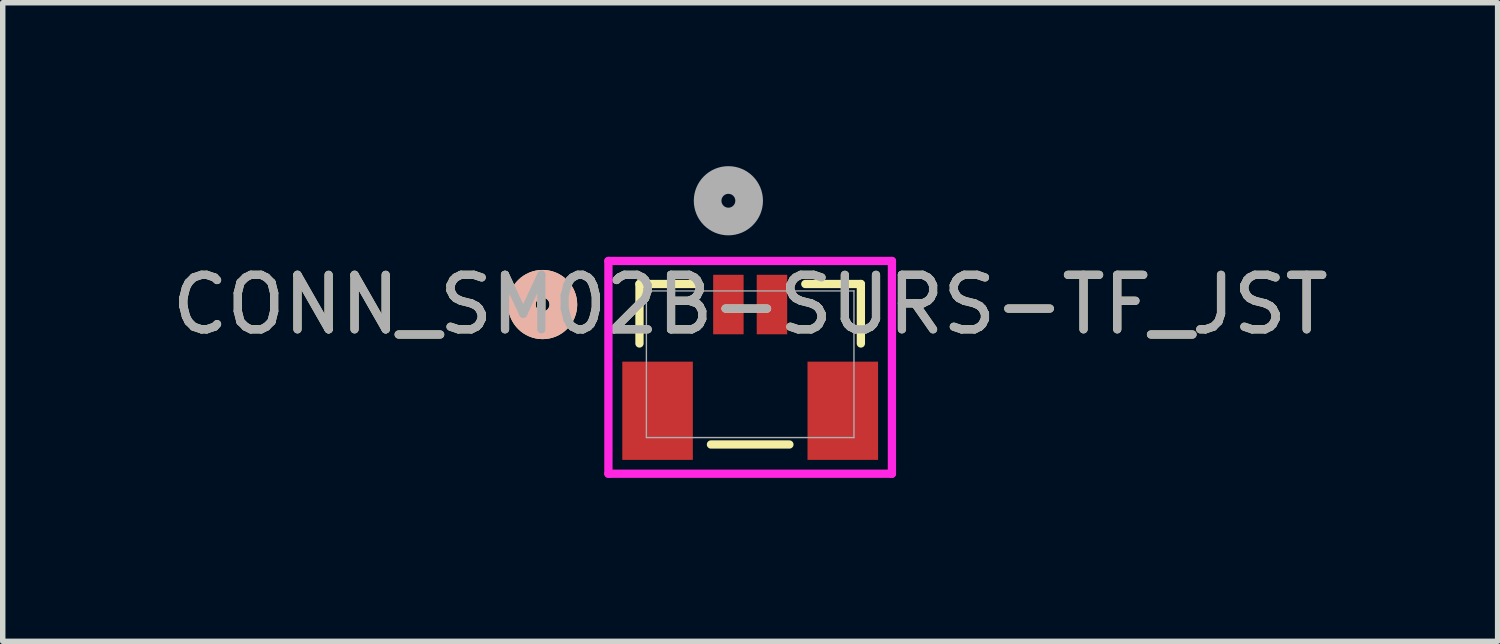
<source format=kicad_pcb>
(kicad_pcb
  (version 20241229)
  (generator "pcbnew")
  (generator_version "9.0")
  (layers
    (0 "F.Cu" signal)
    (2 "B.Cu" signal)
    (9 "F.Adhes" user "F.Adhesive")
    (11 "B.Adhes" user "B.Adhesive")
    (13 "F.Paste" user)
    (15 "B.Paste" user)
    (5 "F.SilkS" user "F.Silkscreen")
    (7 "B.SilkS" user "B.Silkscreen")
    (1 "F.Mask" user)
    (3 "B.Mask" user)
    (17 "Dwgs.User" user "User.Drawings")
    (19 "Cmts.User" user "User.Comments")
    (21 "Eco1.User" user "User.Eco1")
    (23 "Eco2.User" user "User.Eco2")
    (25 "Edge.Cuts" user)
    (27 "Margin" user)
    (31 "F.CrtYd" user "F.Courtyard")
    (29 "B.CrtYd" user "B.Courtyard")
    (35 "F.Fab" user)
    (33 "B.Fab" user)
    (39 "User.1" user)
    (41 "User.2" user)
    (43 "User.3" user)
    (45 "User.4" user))
  (footprint "CONN_SM02B-SURS-TF_JST"
    (layer "F.Cu")
    (at 10.72 3.636)
    (property "Reference" "CONN_SM02B-SURS-TF_JST" (at 0 -1.096 0) (unlocked yes) (layer "F.SilkS") (effects (font (size 1 1) (thickness 0.15))))
    (attr smd)
    (fp_line (start -2.032 -1.473) (end -2.032 -0.381) (stroke (width 0.152) (type solid)) (layer "F.SilkS"))
    (fp_line (start -1.012 -1.473) (end -2.032 -1.473) (stroke (width 0.152) (type solid)) (layer "F.SilkS"))
    (fp_line (start -0.72 1.473) (end 0.72 1.473) (stroke (width 0.152) (type solid)) (layer "F.SilkS"))
    (fp_line (start 2.032 -1.473) (end 1.012 -1.473) (stroke (width 0.152) (type solid)) (layer "F.SilkS"))
    (fp_line (start 2.032 -0.381) (end 2.032 -1.473) (stroke (width 0.152) (type solid)) (layer "F.SilkS"))
    (fp_circle (center -3.81 -1.096) (end -3.429 -1.096) (stroke (width 0.508) (type solid)) (fill no) (layer "F.SilkS"))
    (fp_circle (center -3.81 -1.096) (end -3.429 -1.096) (stroke (width 0.508) (type solid)) (fill no) (layer "B.SilkS"))
    (fp_line (start -2.602 -1.896) (end -2.602 2.01) (stroke (width 0.152) (type solid)) (layer "F.CrtYd"))
    (fp_line (start -2.602 2.01) (end 2.602 2.01) (stroke (width 0.152) (type solid)) (layer "F.CrtYd"))
    (fp_line (start 2.602 -1.896) (end -2.602 -1.896) (stroke (width 0.152) (type solid)) (layer "F.CrtYd"))
    (fp_line (start 2.602 2.01) (end 2.602 -1.896) (stroke (width 0.152) (type solid)) (layer "F.CrtYd"))
    (fp_line (start -1.905 -1.346) (end -1.905 1.346) (stroke (width 0.025) (type solid)) (layer "F.Fab"))
    (fp_line (start -1.905 1.346) (end 1.905 1.346) (stroke (width 0.025) (type solid)) (layer "F.Fab"))
    (fp_line (start 1.905 -1.346) (end -1.905 -1.346) (stroke (width 0.025) (type solid)) (layer "F.Fab"))
    (fp_line (start 1.905 1.346) (end 1.905 -1.346) (stroke (width 0.025) (type solid)) (layer "F.Fab"))
    (fp_circle (center -0.4 -3.001) (end -0.019 -3.001) (stroke (width 0.508) (type solid)) (fill no) (layer "F.Fab"))
    (fp_text user "${REFERENCE}" (at 0 -1.096 0) (unlocked yes) (layer "F.Fab") (effects (font (size 1 1) (thickness 0.15))))
    (pad "1" smd rect (at -0.4 -1.096) (size 0.559 1.092) (layers "F.Cu" "F.Mask" "F.Paste"))
    (pad "2" smd rect (at 0.4 -1.096) (size 0.559 1.092) (layers "F.Cu" "F.Mask" "F.Paste"))
    (pad "3" smd rect (at -1.7 0.854) (size 1.295 1.803) (layers "F.Cu" "F.Mask" "F.Paste"))
    (pad "4" smd rect (at 1.7 0.854) (size 1.295 1.803) (layers "F.Cu" "F.Mask" "F.Paste")))
  (gr_rect
    (start -3 -3)
    (end 24.44 8.722)
    (stroke (width 0.1) (type default))
    (fill no)
    (layer "Edge.Cuts")))
</source>
